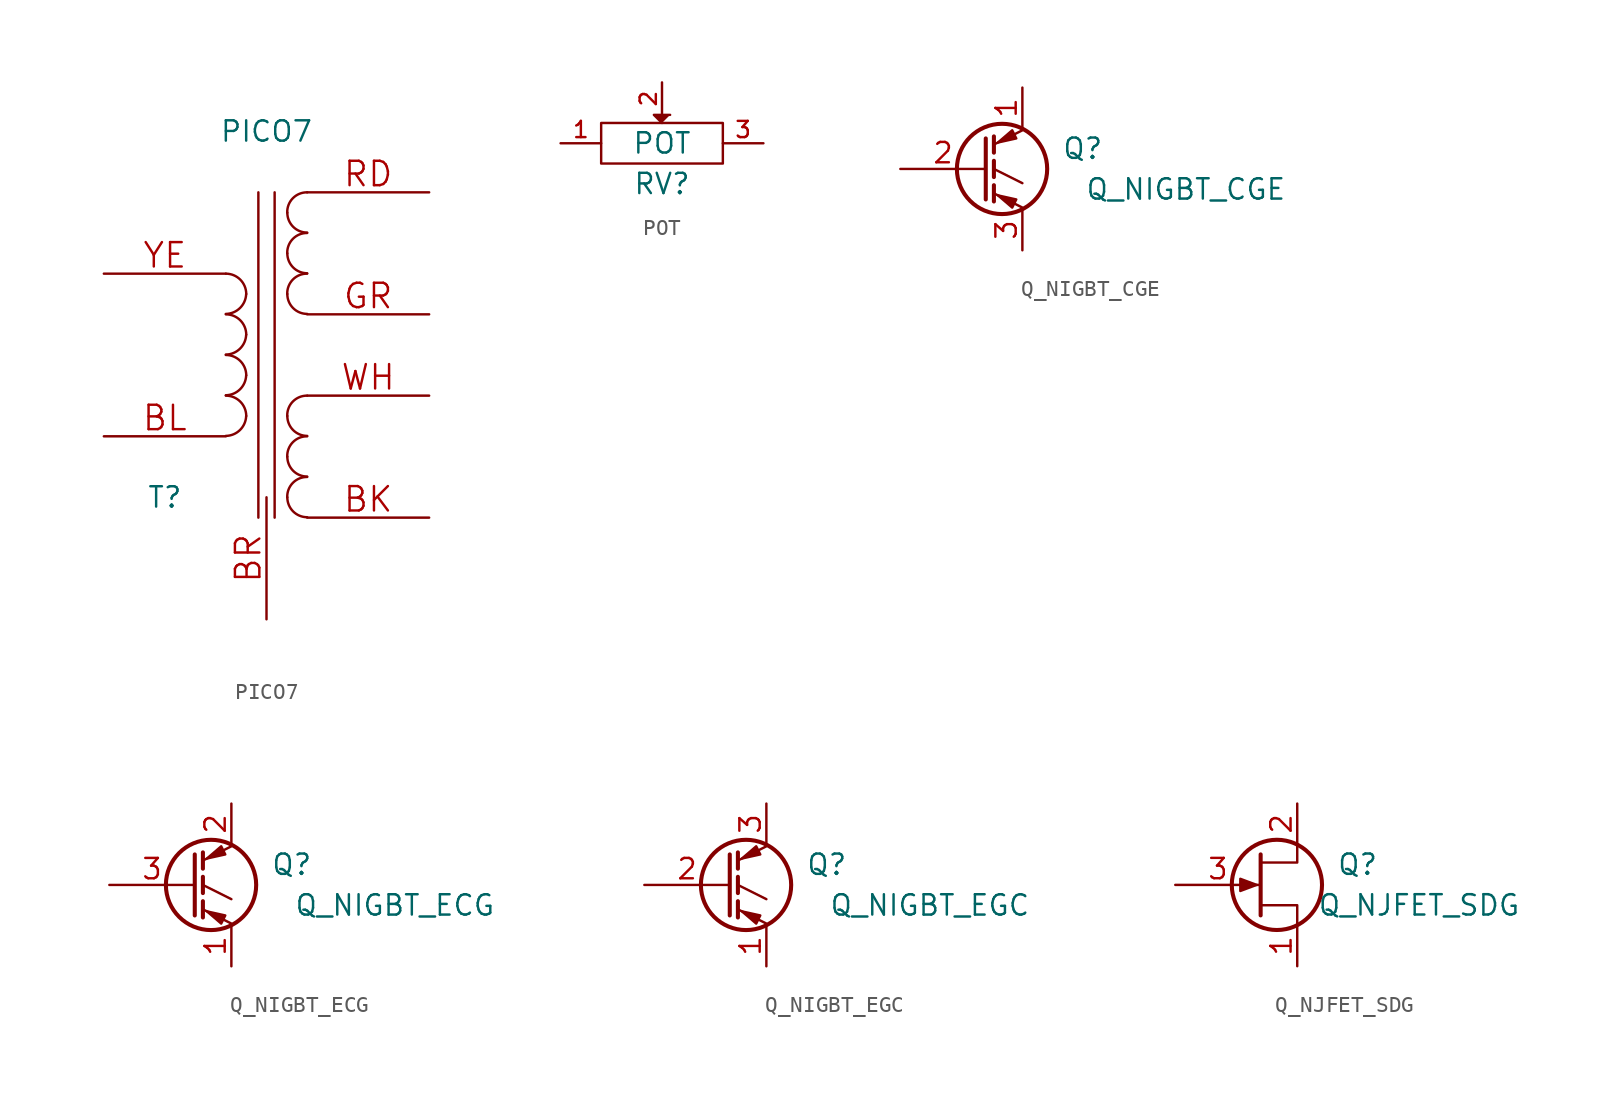
<source format=kicad_sym>
(kicad_symbol_lib
  (version 20211014)
  (generator kicad_symbol_editor)
  (symbol "PICO7"
    (pin_names
      (offset 1.016) hide)
    (property "Reference" "T"
      (at -6.35 -8.89 0)
      (effects (font (size 1.27 1.27))))
    (property "Value" "PICO7"
      (at 0 13.97 0)
      (effects (font (size 1.27 1.27))))
    (property "Footprint" ""
      (at 0 0 0)
      (effects (font (size 1.524 1.524))))
    (property "Datasheet" ""
      (at 0 0 0)
      (effects (font (size 1.524 1.524))))
    (symbol "PICO7_0_1"
      (arc (start -2.54 -5.0546) (mid -1.6599 -4.6901) (end -1.27 -3.81) (stroke (width 0) (type default) (color 0 0 0 0)) (fill (type none)))
      (arc (start -2.54 -2.5146) (mid -1.6599 -2.1501) (end -1.27 -1.27) (stroke (width 0) (type default) (color 0 0 0 0)) (fill (type none)))
      (arc (start -2.54 0.0254) (mid -1.6599 0.3899) (end -1.27 1.27) (stroke (width 0) (type default) (color 0 0 0 0)) (fill (type none)))
      (arc (start -2.54 2.5654) (mid -1.6599 2.9299) (end -1.27 3.81) (stroke (width 0) (type default) (color 0 0 0 0)) (fill (type none)))
      (arc (start -1.27 -3.81) (mid -1.642 -2.912) (end -2.54 -2.54) (stroke (width 0) (type default) (color 0 0 0 0)) (fill (type none)))
      (arc (start -1.27 -1.27) (mid -1.642 -0.372) (end -2.54 0) (stroke (width 0) (type default) (color 0 0 0 0)) (fill (type none)))
      (arc (start -1.27 1.27) (mid -1.642 2.168) (end -2.54 2.54) (stroke (width 0) (type default) (color 0 0 0 0)) (fill (type none)))
      (arc (start -1.27 3.81) (mid -1.642 4.708) (end -2.54 5.08) (stroke (width 0) (type default) (color 0 0 0 0)) (fill (type none)))
      (polyline (pts (xy -0.508 -10.16) (xy -0.508 10.16)) (stroke (width 0) (type default) (color 0 0 0 0)) (fill (type none)))
      (polyline (pts (xy 0.508 10.16) (xy 0.508 -10.16)) (stroke (width 0) (type default) (color 0 0 0 0)) (fill (type none)))
      (arc (start 1.2954 -8.89) (mid 1.6599 -9.7701) (end 2.54 -10.1346) (stroke (width 0) (type default) (color 0 0 0 0)) (fill (type none)))
      (arc (start 1.2954 -6.35) (mid 1.6599 -7.2301) (end 2.54 -7.5946) (stroke (width 0) (type default) (color 0 0 0 0)) (fill (type none)))
      (arc (start 1.2954 -3.81) (mid 1.6599 -4.6901) (end 2.54 -5.0546) (stroke (width 0) (type default) (color 0 0 0 0)) (fill (type none)))
      (arc (start 1.2954 3.81) (mid 1.6599 2.9299) (end 2.54 2.5654) (stroke (width 0) (type default) (color 0 0 0 0)) (fill (type none)))
      (arc (start 1.2954 6.35) (mid 1.6599 5.4699) (end 2.54 5.1054) (stroke (width 0) (type default) (color 0 0 0 0)) (fill (type none)))
      (arc (start 1.2954 8.89) (mid 1.6599 8.0099) (end 2.54 7.6454) (stroke (width 0) (type default) (color 0 0 0 0)) (fill (type none)))
      (arc (start 2.54 -7.62) (mid 1.642 -7.992) (end 1.2954 -8.89) (stroke (width 0) (type default) (color 0 0 0 0)) (fill (type none)))
      (arc (start 2.54 -5.08) (mid 1.642 -5.452) (end 1.2954 -6.35) (stroke (width 0) (type default) (color 0 0 0 0)) (fill (type none)))
      (arc (start 2.54 -2.54) (mid 1.642 -2.912) (end 1.2954 -3.81) (stroke (width 0) (type default) (color 0 0 0 0)) (fill (type none)))
      (arc (start 2.54 5.08) (mid 1.642 4.708) (end 1.2954 3.81) (stroke (width 0) (type default) (color 0 0 0 0)) (fill (type none)))
      (arc (start 2.54 7.62) (mid 1.642 7.248) (end 1.2954 6.35) (stroke (width 0) (type default) (color 0 0 0 0)) (fill (type none)))
      (arc (start 2.54 10.16) (mid 1.642 9.788) (end 1.2954 8.89) (stroke (width 0) (type default) (color 0 0 0 0)) (fill (type none))))
    (symbol "PICO7_1_1"
      (pin passive line (at 10.16 -10.16 180) (length 7.62) (name "SD" (effects (font (size 1.524 1.524)))) (number "BK" (effects (font (size 1.524 1.524)))))
      (pin passive line (at -10.16 -5.08 0) (length 7.62) (name "AB" (effects (font (size 1.524 1.524)))) (number "BL" (effects (font (size 1.524 1.524)))))
      (pin passive line (at 0 -16.51 90) (length 7.62) (name "~" (effects (font (size 1.524 1.524)))) (number "BR" (effects (font (size 1.524 1.524)))))
      (pin passive line (at 10.16 2.54 180) (length 7.62) (name "SB" (effects (font (size 1.524 1.524)))) (number "GR" (effects (font (size 1.524 1.524)))))
      (pin passive line (at 10.16 10.16 180) (length 7.62) (name "SA" (effects (font (size 1.524 1.524)))) (number "RD" (effects (font (size 1.524 1.524)))))
      (pin passive line (at 10.16 -2.54 180) (length 7.62) (name "SC" (effects (font (size 1.524 1.524)))) (number "WH" (effects (font (size 1.524 1.524)))))
      (pin passive line (at -10.16 5.08 0) (length 7.62) (name "AA" (effects (font (size 1.524 1.524)))) (number "YE" (effects (font (size 1.524 1.524)))))))
  (symbol "POT"
    (pin_names
      (offset 1.016) hide)
    (property "Reference" "RV"
      (at 0 -2.54 0)
      (effects (font (size 1.27 1.27))))
    (property "Value" "POT"
      (at 0 0 0)
      (effects (font (size 1.27 1.27))))
    (property "Footprint" ""
      (at 0 0 0)
      (effects (font (size 1.524 1.524))))
    (property "Datasheet" ""
      (at 0 0 0)
      (effects (font (size 1.524 1.524))))
    (symbol "POT_0_1"
      (rectangle (start -3.81 1.27) (end 3.81 -1.27) (stroke (width 0) (type default) (color 0 0 0 0)) (fill (type none)))
      (polyline (pts (xy 0 1.27) (xy -0.508 1.778) (xy 0.508 1.778)) (stroke (width 0) (type default) (color 0 0 0 0)) (fill (type outline))))
    (symbol "POT_1_1"
      (pin passive line (at -6.35 0 0) (length 2.54) (name "1" (effects (font (size 1.016 1.016)))) (number "1" (effects (font (size 1.016 1.016)))))
      (pin passive line (at 0 3.81 270) (length 2.032) (name "2" (effects (font (size 1.016 1.016)))) (number "2" (effects (font (size 1.016 1.016)))))
      (pin passive line (at 6.35 0 180) (length 2.54) (name "3" (effects (font (size 1.016 1.016)))) (number "3" (effects (font (size 1.016 1.016)))))))
  (symbol "Q_NIGBT_CGE"
    (pin_names
      (offset 0) hide)
    (property "Reference" "Q"
      (at 7.62 1.27 0)
      (effects (font (size 1.27 1.27)) (justify right)))
    (property "Value" "Q_NIGBT_CGE"
      (at 19.05 -1.27 0)
      (effects (font (size 1.27 1.27)) (justify right)))
    (property "Footprint" ""
      (at 5.08 2.54 0)
      (effects (font (size 0.737 0.737))))
    (property "Datasheet" ""
      (at 0 0 0)
      (effects (font (size 1.524 1.524))))
    (symbol "Q_NIGBT_CGE_0_1"
      (polyline (pts (xy 0.762 -1.016) (xy 0.762 -2.032)) (stroke (width 0.254) (type default) (color 0 0 0 0)) (fill (type none)))
      (polyline (pts (xy 0.762 0.508) (xy 0.762 -0.508)) (stroke (width 0.254) (type default) (color 0 0 0 0)) (fill (type none)))
      (polyline (pts (xy 0.762 2.032) (xy 0.762 1.016)) (stroke (width 0.254) (type default) (color 0 0 0 0)) (fill (type none)))
      (polyline (pts (xy 2.54 -2.413) (xy 0.762 -1.524)) (stroke (width 0) (type default) (color 0 0 0 0)) (fill (type none)))
      (polyline (pts (xy 2.54 -0.889) (xy 0.762 0)) (stroke (width 0) (type default) (color 0 0 0 0)) (fill (type none)))
      (polyline (pts (xy 2.54 2.413) (xy 0.762 1.524)) (stroke (width 0) (type default) (color 0 0 0 0)) (fill (type none)))
      (polyline (pts (xy 0.254 1.905) (xy 0.254 -1.905) (xy 0.254 -1.905)) (stroke (width 0.254) (type default) (color 0 0 0 0)) (fill (type none)))
      (polyline (pts (xy 2.159 -1.905) (xy 1.905 -2.413) (xy 1.016 -1.651) (xy 2.159 -1.905)) (stroke (width 0) (type default) (color 0 0 0 0)) (fill (type outline)))
      (polyline (pts (xy 2.159 1.905) (xy 1.905 2.413) (xy 1.016 1.651) (xy 2.159 1.905)) (stroke (width 0) (type default) (color 0 0 0 0)) (fill (type outline)))
      (circle (center 1.27 0) (radius 2.819) (stroke (width 0.254) (type default) (color 0 0 0 0)) (fill (type none))))
    (symbol "Q_NIGBT_CGE_1_1"
      (pin passive line (at 2.54 5.08 270) (length 2.54) (name "C" (effects (font (size 1.27 1.27)))) (number "1" (effects (font (size 1.27 1.27)))))
      (pin input line (at -5.08 0 0) (length 5.334) (name "G" (effects (font (size 1.27 1.27)))) (number "2" (effects (font (size 1.27 1.27)))))
      (pin passive line (at 2.54 -5.08 90) (length 2.54) (name "E" (effects (font (size 1.27 1.27)))) (number "3" (effects (font (size 1.27 1.27)))))))
  (symbol "Q_NIGBT_ECG"
    (pin_names
      (offset 0) hide)
    (property "Reference" "Q"
      (at 7.62 1.27 0)
      (effects (font (size 1.27 1.27)) (justify right)))
    (property "Value" "Q_NIGBT_ECG"
      (at 19.05 -1.27 0)
      (effects (font (size 1.27 1.27)) (justify right)))
    (property "Footprint" ""
      (at 5.08 2.54 0)
      (effects (font (size 0.737 0.737))))
    (property "Datasheet" ""
      (at 0 0 0)
      (effects (font (size 1.524 1.524))))
    (symbol "Q_NIGBT_ECG_0_1"
      (polyline (pts (xy 0.762 -1.016) (xy 0.762 -2.032)) (stroke (width 0.254) (type default) (color 0 0 0 0)) (fill (type none)))
      (polyline (pts (xy 0.762 0.508) (xy 0.762 -0.508)) (stroke (width 0.254) (type default) (color 0 0 0 0)) (fill (type none)))
      (polyline (pts (xy 0.762 2.032) (xy 0.762 1.016)) (stroke (width 0.254) (type default) (color 0 0 0 0)) (fill (type none)))
      (polyline (pts (xy 2.54 -2.413) (xy 0.762 -1.524)) (stroke (width 0) (type default) (color 0 0 0 0)) (fill (type none)))
      (polyline (pts (xy 2.54 -0.889) (xy 0.762 0)) (stroke (width 0) (type default) (color 0 0 0 0)) (fill (type none)))
      (polyline (pts (xy 2.54 2.413) (xy 0.762 1.524)) (stroke (width 0) (type default) (color 0 0 0 0)) (fill (type none)))
      (polyline (pts (xy 0.254 1.905) (xy 0.254 -1.905) (xy 0.254 -1.905)) (stroke (width 0.254) (type default) (color 0 0 0 0)) (fill (type none)))
      (polyline (pts (xy 2.159 -1.905) (xy 1.905 -2.413) (xy 1.016 -1.651) (xy 2.159 -1.905)) (stroke (width 0) (type default) (color 0 0 0 0)) (fill (type outline)))
      (polyline (pts (xy 2.159 1.905) (xy 1.905 2.413) (xy 1.016 1.651) (xy 2.159 1.905)) (stroke (width 0) (type default) (color 0 0 0 0)) (fill (type outline)))
      (circle (center 1.27 0) (radius 2.819) (stroke (width 0.254) (type default) (color 0 0 0 0)) (fill (type none))))
    (symbol "Q_NIGBT_ECG_1_1"
      (pin passive line (at 2.54 -5.08 90) (length 2.54) (name "E" (effects (font (size 1.27 1.27)))) (number "1" (effects (font (size 1.27 1.27)))))
      (pin passive line (at 2.54 5.08 270) (length 2.54) (name "C" (effects (font (size 1.27 1.27)))) (number "2" (effects (font (size 1.27 1.27)))))
      (pin input line (at -5.08 0 0) (length 5.334) (name "G" (effects (font (size 1.27 1.27)))) (number "3" (effects (font (size 1.27 1.27)))))))
  (symbol "Q_NIGBT_EGC"
    (pin_names
      (offset 0) hide)
    (property "Reference" "Q"
      (at 7.62 1.27 0)
      (effects (font (size 1.27 1.27)) (justify right)))
    (property "Value" "Q_NIGBT_EGC"
      (at 19.05 -1.27 0)
      (effects (font (size 1.27 1.27)) (justify right)))
    (property "Footprint" ""
      (at 5.08 2.54 0)
      (effects (font (size 0.737 0.737))))
    (property "Datasheet" ""
      (at 0 0 0)
      (effects (font (size 1.524 1.524))))
    (symbol "Q_NIGBT_EGC_0_1"
      (polyline (pts (xy 0.762 -1.016) (xy 0.762 -2.032)) (stroke (width 0.254) (type default) (color 0 0 0 0)) (fill (type none)))
      (polyline (pts (xy 0.762 0.508) (xy 0.762 -0.508)) (stroke (width 0.254) (type default) (color 0 0 0 0)) (fill (type none)))
      (polyline (pts (xy 0.762 2.032) (xy 0.762 1.016)) (stroke (width 0.254) (type default) (color 0 0 0 0)) (fill (type none)))
      (polyline (pts (xy 2.54 -2.413) (xy 0.762 -1.524)) (stroke (width 0) (type default) (color 0 0 0 0)) (fill (type none)))
      (polyline (pts (xy 2.54 -0.889) (xy 0.762 0)) (stroke (width 0) (type default) (color 0 0 0 0)) (fill (type none)))
      (polyline (pts (xy 2.54 2.413) (xy 0.762 1.524)) (stroke (width 0) (type default) (color 0 0 0 0)) (fill (type none)))
      (polyline (pts (xy 0.254 1.905) (xy 0.254 -1.905) (xy 0.254 -1.905)) (stroke (width 0.254) (type default) (color 0 0 0 0)) (fill (type none)))
      (polyline (pts (xy 2.159 -1.905) (xy 1.905 -2.413) (xy 1.016 -1.651) (xy 2.159 -1.905)) (stroke (width 0) (type default) (color 0 0 0 0)) (fill (type outline)))
      (polyline (pts (xy 2.159 1.905) (xy 1.905 2.413) (xy 1.016 1.651) (xy 2.159 1.905)) (stroke (width 0) (type default) (color 0 0 0 0)) (fill (type outline)))
      (circle (center 1.27 0) (radius 2.819) (stroke (width 0.254) (type default) (color 0 0 0 0)) (fill (type none))))
    (symbol "Q_NIGBT_EGC_1_1"
      (pin passive line (at 2.54 -5.08 90) (length 2.54) (name "E" (effects (font (size 1.27 1.27)))) (number "1" (effects (font (size 1.27 1.27)))))
      (pin input line (at -5.08 0 0) (length 5.334) (name "G" (effects (font (size 1.27 1.27)))) (number "2" (effects (font (size 1.27 1.27)))))
      (pin passive line (at 2.54 5.08 270) (length 2.54) (name "C" (effects (font (size 1.27 1.27)))) (number "3" (effects (font (size 1.27 1.27)))))))
  (symbol "Q_NJFET_SDG"
    (pin_names
      (offset 0) hide)
    (property "Reference" "Q"
      (at 7.62 1.27 0)
      (effects (font (size 1.27 1.27)) (justify right)))
    (property "Value" "Q_NJFET_SDG"
      (at 16.51 -1.27 0)
      (effects (font (size 1.27 1.27)) (justify right)))
    (property "Footprint" ""
      (at 5.08 2.54 0)
      (effects (font (size 0.737 0.737))))
    (property "Datasheet" ""
      (at 0 0 0)
      (effects (font (size 1.524 1.524))))
    (symbol "Q_NJFET_SDG_0_1"
      (polyline (pts (xy 0.254 1.905) (xy 0.254 -1.905) (xy 0.254 -1.905)) (stroke (width 0.254) (type default) (color 0 0 0 0)) (fill (type none)))
      (polyline (pts (xy 2.54 -2.54) (xy 2.54 -1.27) (xy 0.254 -1.27)) (stroke (width 0) (type default) (color 0 0 0 0)) (fill (type none)))
      (polyline (pts (xy 2.54 2.54) (xy 2.54 1.397) (xy 0.254 1.397)) (stroke (width 0) (type default) (color 0 0 0 0)) (fill (type none)))
      (polyline (pts (xy 0 0) (xy -1.016 0.381) (xy -1.016 -0.381) (xy 0 0)) (stroke (width 0) (type default) (color 0 0 0 0)) (fill (type outline)))
      (circle (center 1.27 0) (radius 2.819) (stroke (width 0.254) (type default) (color 0 0 0 0)) (fill (type none))))
    (symbol "Q_NJFET_SDG_1_1"
      (pin passive line (at 2.54 -5.08 90) (length 2.54) (name "S" (effects (font (size 1.27 1.27)))) (number "1" (effects (font (size 1.27 1.27)))))
      (pin passive line (at 2.54 5.08 270) (length 2.54) (name "D" (effects (font (size 1.27 1.27)))) (number "2" (effects (font (size 1.27 1.27)))))
      (pin input line (at -5.08 0 0) (length 5.334) (name "G" (effects (font (size 1.27 1.27)))) (number "3" (effects (font (size 1.27 1.27))))))))
</source>
